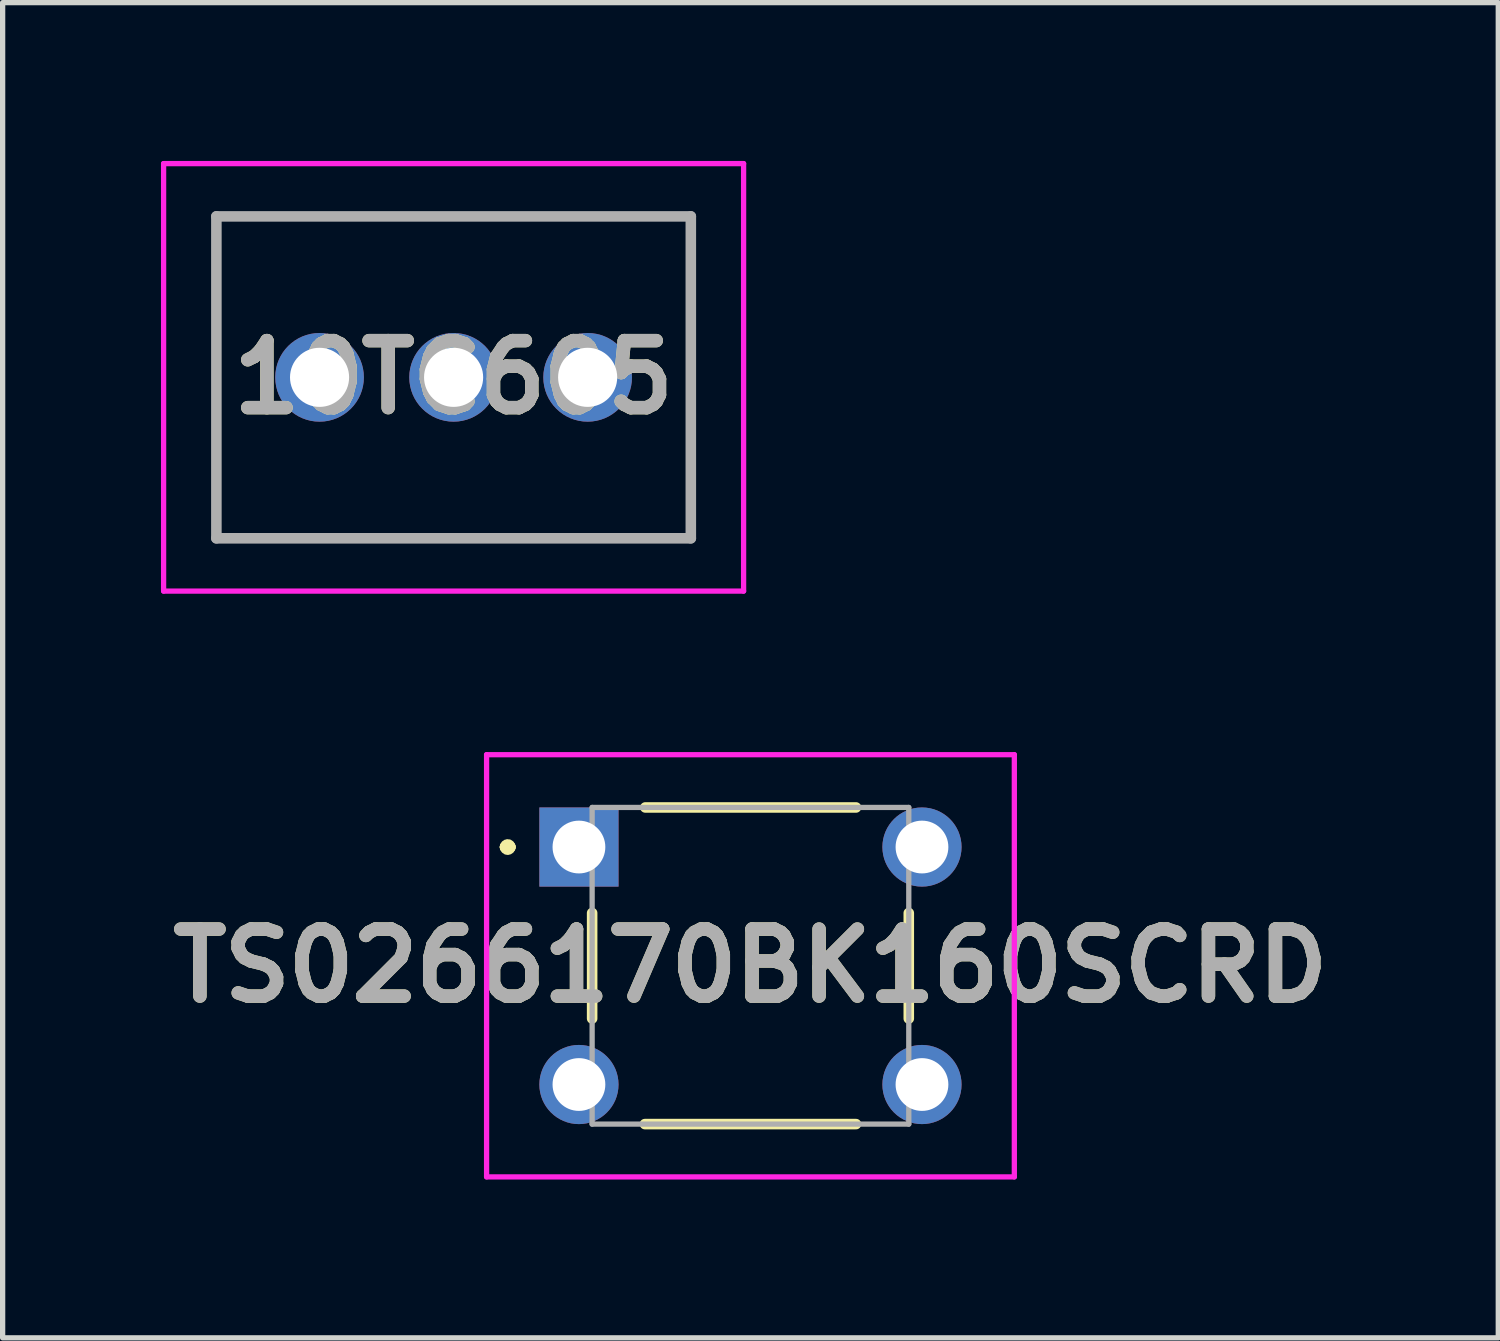
<source format=kicad_pcb>
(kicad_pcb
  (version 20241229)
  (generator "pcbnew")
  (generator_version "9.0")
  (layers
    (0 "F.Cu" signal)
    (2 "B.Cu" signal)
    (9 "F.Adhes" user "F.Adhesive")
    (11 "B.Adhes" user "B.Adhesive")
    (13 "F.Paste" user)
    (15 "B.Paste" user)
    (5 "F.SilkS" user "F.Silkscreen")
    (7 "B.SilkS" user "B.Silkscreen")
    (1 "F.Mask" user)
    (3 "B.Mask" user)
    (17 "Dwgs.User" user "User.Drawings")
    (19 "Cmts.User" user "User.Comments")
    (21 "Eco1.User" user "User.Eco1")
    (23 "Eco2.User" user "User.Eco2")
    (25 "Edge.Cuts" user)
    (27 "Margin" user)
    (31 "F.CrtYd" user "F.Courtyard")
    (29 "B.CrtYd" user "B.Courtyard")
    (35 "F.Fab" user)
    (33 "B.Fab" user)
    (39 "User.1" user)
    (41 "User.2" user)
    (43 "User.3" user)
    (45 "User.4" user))
  (footprint "TS0266170BK160SCRD"
    (layer "F.Cu")
    (at 7.92 13)
    (property "Reference" "TS0266170BK160SCRD" (at 3.25 2.25 0) (layer "F.SilkS") (effects (font (size 1.27 1.27) (thickness 0.254))))
    (attr through_hole)
    (fp_line (start -1.4 0) (end -1.4 0) (stroke (width 0.2) (type solid)) (layer "F.SilkS"))
    (fp_line (start -1.4 0) (end -1.3 0) (stroke (width 0.2) (type solid)) (layer "F.SilkS"))
    (fp_line (start -1.3 0) (end -1.3 0) (stroke (width 0.2) (type solid)) (layer "F.SilkS"))
    (fp_line (start 0.25 1.25) (end 0.25 3.25) (stroke (width 0.2) (type solid)) (layer "F.SilkS"))
    (fp_line (start 1.25 5.25) (end 5.25 5.25) (stroke (width 0.2) (type solid)) (layer "F.SilkS"))
    (fp_line (start 1.258 -0.75) (end 5.25 -0.75) (stroke (width 0.2) (type solid)) (layer "F.SilkS"))
    (fp_line (start 6.25 1.25) (end 6.25 3.25) (stroke (width 0.2) (type solid)) (layer "F.SilkS"))
    (fp_arc (start -1.4 0) (mid -1.35 -0.05) (end -1.3 0) (stroke (width 0.2) (type solid)) (layer "F.SilkS"))
    (fp_arc (start -1.3 0) (mid -1.35 0.05) (end -1.4 0) (stroke (width 0.2) (type solid)) (layer "F.SilkS"))
    (fp_line (start -1.75 -1.75) (end 8.25 -1.75) (stroke (width 0.1) (type solid)) (layer "F.CrtYd"))
    (fp_line (start -1.75 6.25) (end -1.75 -1.75) (stroke (width 0.1) (type solid)) (layer "F.CrtYd"))
    (fp_line (start 8.25 -1.75) (end 8.25 6.25) (stroke (width 0.1) (type solid)) (layer "F.CrtYd"))
    (fp_line (start 8.25 6.25) (end -1.75 6.25) (stroke (width 0.1) (type solid)) (layer "F.CrtYd"))
    (fp_line (start 0.25 -0.75) (end 6.25 -0.75) (stroke (width 0.1) (type solid)) (layer "F.Fab"))
    (fp_line (start 0.25 5.25) (end 0.25 -0.75) (stroke (width 0.1) (type solid)) (layer "F.Fab"))
    (fp_line (start 6.25 -0.75) (end 6.25 5.25) (stroke (width 0.1) (type solid)) (layer "F.Fab"))
    (fp_line (start 6.25 5.25) (end 0.25 5.25) (stroke (width 0.1) (type solid)) (layer "F.Fab"))
    (fp_text user "${REFERENCE}" (at 3.25 2.25 0) (layer "F.Fab") (effects (font (size 1.27 1.27) (thickness 0.254))))
    (pad "1" thru_hole rect (at 0 0) (size 1.5 1.5) (drill 1) (layers "*.Cu" "*.Mask"))
    (pad "2" thru_hole circle (at 6.5 0) (size 1.5 1.5) (drill 1) (layers "*.Cu" "*.Mask"))
    (pad "3" thru_hole circle (at 0 4.5) (size 1.5 1.5) (drill 1) (layers "*.Cu" "*.Mask"))
    (pad "4" thru_hole circle (at 6.5 4.5) (size 1.5 1.5) (drill 1) (layers "*.Cu" "*.Mask")))
  (footprint "10TC605"
    (layer "F.Cu")
    (at 3.005 4.1)
    (property "Reference" "10TC605" (at 2.54 0 0) (layer "F.SilkS") (effects (font (size 1.27 1.27) (thickness 0.254))))
    (attr through_hole)
    (fp_line (start -1.955 -3.05) (end 7.035 -3.05) (stroke (width 0.1) (type solid)) (layer "F.SilkS"))
    (fp_line (start -1.955 3.05) (end -1.955 -3.05) (stroke (width 0.1) (type solid)) (layer "F.SilkS"))
    (fp_line (start 7.035 -3.05) (end 7.035 3.05) (stroke (width 0.1) (type solid)) (layer "F.SilkS"))
    (fp_line (start 7.035 3.05) (end -1.955 3.05) (stroke (width 0.1) (type solid)) (layer "F.SilkS"))
    (fp_line (start -2.955 -4.05) (end 8.035 -4.05) (stroke (width 0.1) (type solid)) (layer "F.CrtYd"))
    (fp_line (start -2.955 4.05) (end -2.955 -4.05) (stroke (width 0.1) (type solid)) (layer "F.CrtYd"))
    (fp_line (start 8.035 -4.05) (end 8.035 4.05) (stroke (width 0.1) (type solid)) (layer "F.CrtYd"))
    (fp_line (start 8.035 4.05) (end -2.955 4.05) (stroke (width 0.1) (type solid)) (layer "F.CrtYd"))
    (fp_line (start -1.955 -3.05) (end 7.035 -3.05) (stroke (width 0.2) (type solid)) (layer "F.Fab"))
    (fp_line (start -1.955 3.05) (end -1.955 -3.05) (stroke (width 0.2) (type solid)) (layer "F.Fab"))
    (fp_line (start 7.035 -3.05) (end 7.035 3.05) (stroke (width 0.2) (type solid)) (layer "F.Fab"))
    (fp_line (start 7.035 3.05) (end -1.955 3.05) (stroke (width 0.2) (type solid)) (layer "F.Fab"))
    (fp_text user "${REFERENCE}" (at 2.54 0 0) (layer "F.Fab") (effects (font (size 1.27 1.27) (thickness 0.254))))
    (pad "1" thru_hole circle (at 0 0) (size 1.68 1.68) (drill 1.12) (layers "*.Cu" "*.Mask"))
    (pad "2" thru_hole circle (at 2.54 0) (size 1.68 1.68) (drill 1.12) (layers "*.Cu" "*.Mask"))
    (pad "3" thru_hole circle (at 5.08 0) (size 1.68 1.68) (drill 1.12) (layers "*.Cu" "*.Mask")))
  (gr_rect
    (start -3 -3)
    (end 25.34 22.3)
    (stroke (width 0.1) (type default))
    (fill no)
    (layer "Edge.Cuts")))
</source>
